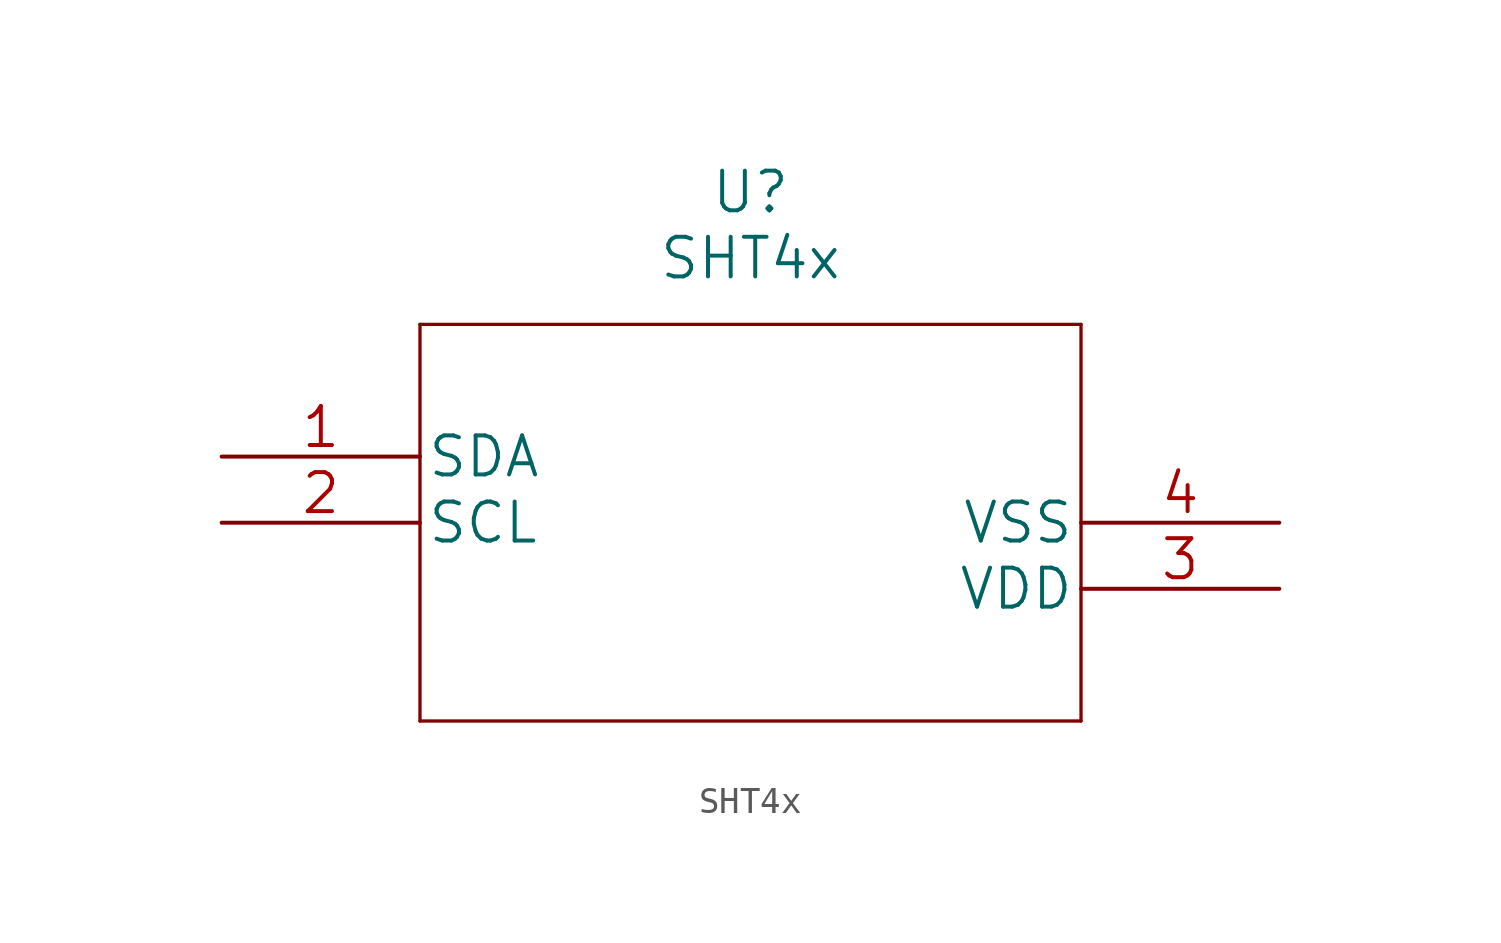
<source format=kicad_sym>
(kicad_symbol_lib
  (version 20211014)
  (generator kicad_symbol_editor)
  (symbol "SHT4x"
    (pin_names
      (offset 0.254))
    (property "Reference" "U"
      (at 20.32 10.16 0)
      (effects (font (size 1.524 1.524))))
    (property "Value" "SHT4x"
      (at 20.32 7.62 0)
      (effects (font (size 1.524 1.524))))
    (property "Datasheet" ""
      (at 0 0 0)
      (effects (font (size 1.524 1.524))))
    (property "ki_locked" ""
      (at 0 0 0)
      (effects (font (size 1.27 1.27))))
    (symbol "SHT4x_1_1"
      (polyline (pts (xy 7.62 -10.16) (xy 33.02 -10.16)) (stroke (width 0.127) (type default) (color 0 0 0 0)) (fill (type none)))
      (polyline (pts (xy 7.62 5.08) (xy 7.62 -10.16)) (stroke (width 0.127) (type default) (color 0 0 0 0)) (fill (type none)))
      (polyline (pts (xy 33.02 -10.16) (xy 33.02 5.08)) (stroke (width 0.127) (type default) (color 0 0 0 0)) (fill (type none)))
      (polyline (pts (xy 33.02 5.08) (xy 7.62 5.08)) (stroke (width 0.127) (type default) (color 0 0 0 0)) (fill (type none)))
      (pin bidirectional line (at 0 0 0) (length 7.62) (name "SDA" (effects (font (size 1.499 1.499)))) (number "1" (effects (font (size 1.499 1.499)))))
      (pin input line (at 0 -2.54 0) (length 7.62) (name "SCL" (effects (font (size 1.499 1.499)))) (number "2" (effects (font (size 1.499 1.499)))))
      (pin power_in line (at 40.64 -5.08 180) (length 7.62) (name "VDD" (effects (font (size 1.499 1.499)))) (number "3" (effects (font (size 1.499 1.499)))))
      (pin power_in line (at 40.64 -2.54 180) (length 7.62) (name "VSS" (effects (font (size 1.499 1.499)))) (number "4" (effects (font (size 1.499 1.499))))))))
</source>
